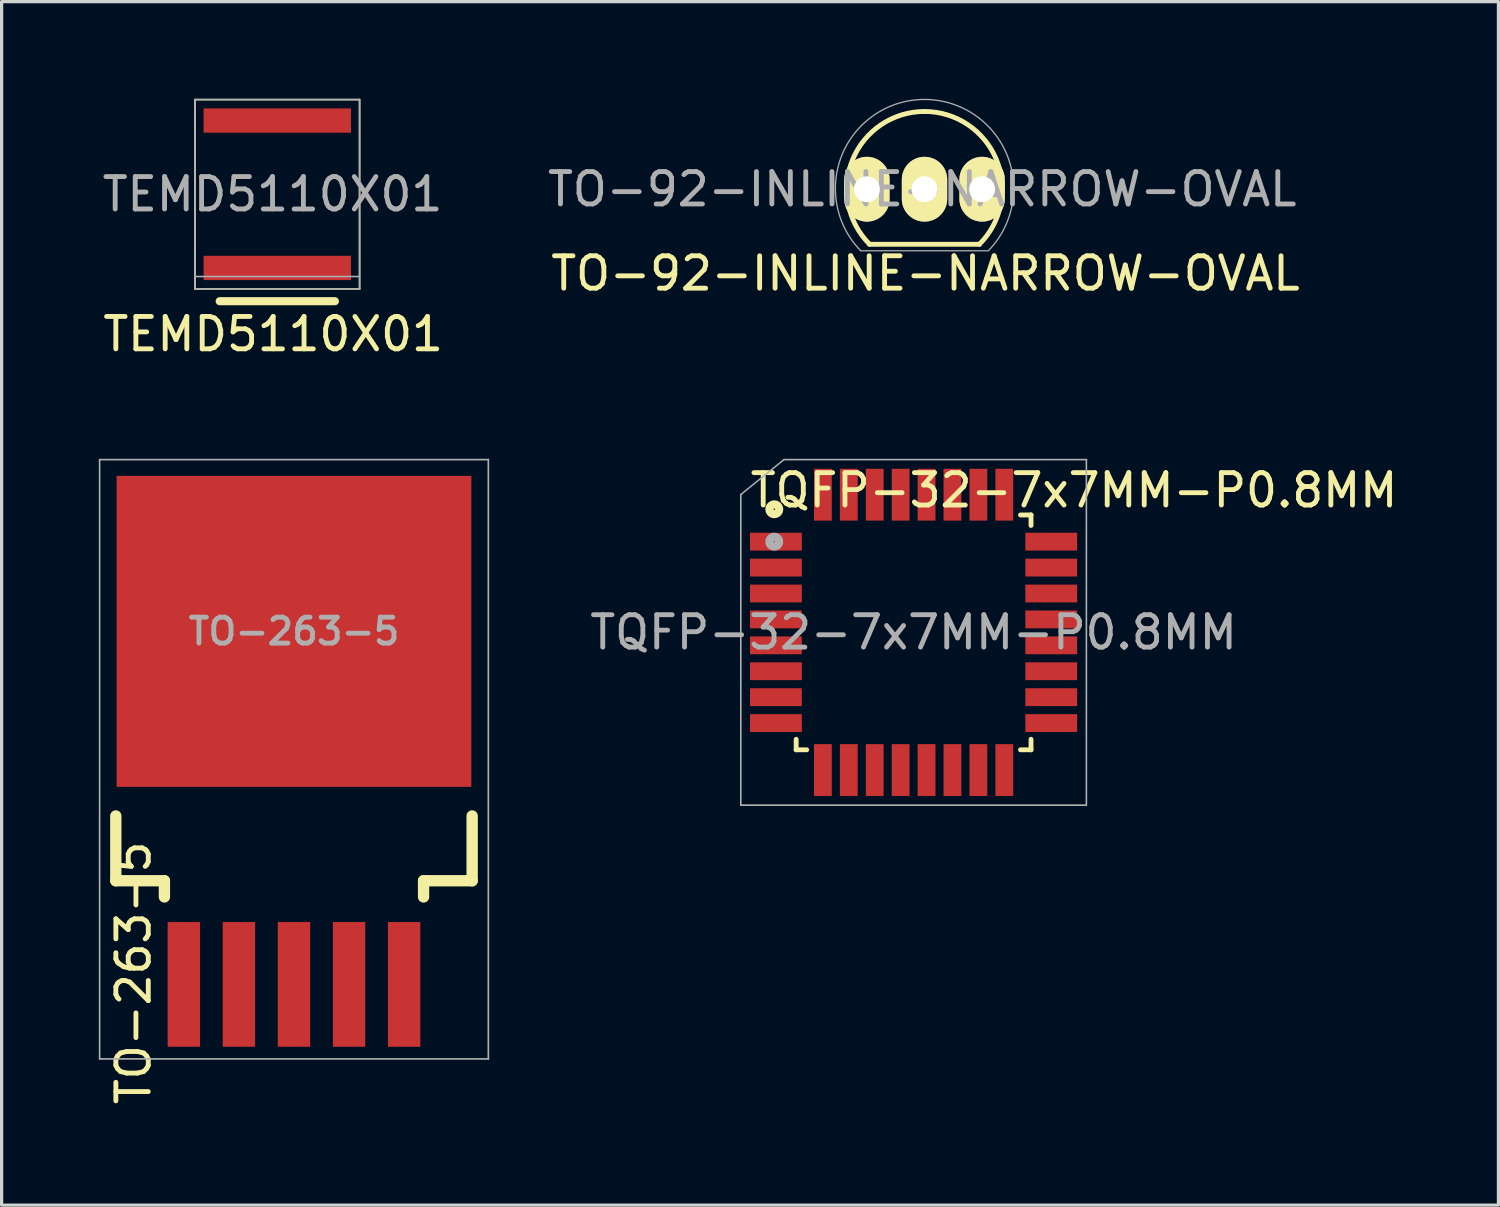
<source format=kicad_pcb>
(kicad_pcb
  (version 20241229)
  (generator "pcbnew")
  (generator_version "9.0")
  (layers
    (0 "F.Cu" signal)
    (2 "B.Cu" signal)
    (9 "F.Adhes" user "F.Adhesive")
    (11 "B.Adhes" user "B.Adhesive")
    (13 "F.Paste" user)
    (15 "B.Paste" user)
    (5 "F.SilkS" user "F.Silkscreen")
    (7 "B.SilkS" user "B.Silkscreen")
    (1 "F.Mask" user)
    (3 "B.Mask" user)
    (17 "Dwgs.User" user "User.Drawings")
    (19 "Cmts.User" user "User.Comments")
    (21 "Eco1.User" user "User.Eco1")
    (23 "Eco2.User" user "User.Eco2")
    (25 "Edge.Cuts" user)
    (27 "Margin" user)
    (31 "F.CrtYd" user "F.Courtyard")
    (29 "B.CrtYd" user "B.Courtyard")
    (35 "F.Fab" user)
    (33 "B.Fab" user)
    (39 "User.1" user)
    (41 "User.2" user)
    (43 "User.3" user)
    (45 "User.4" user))
  (footprint "TO-263-5"
    (layer "F.Cu")
    (at 6.025 16.439)
    (property "Reference" "TO-263-5" (at 0 0 180) (layer "F.Fab") (effects (font (size 0.8 0.8) (thickness 0.15))))
    (attr smd)
    (fp_line (start -5.5 5.699) (end -5.5 7.699) (stroke (width 0.35) (type solid)) (layer "F.SilkS"))
    (fp_line (start -5.5 7.699) (end -4 7.699) (stroke (width 0.35) (type solid)) (layer "F.SilkS"))
    (fp_line (start -4 7.699) (end -4 8.199) (stroke (width 0.35) (type solid)) (layer "F.SilkS"))
    (fp_line (start 4 7.699) (end 4 8.199) (stroke (width 0.35) (type solid)) (layer "F.SilkS"))
    (fp_line (start 5.5 5.699) (end 5.5 7.699) (stroke (width 0.35) (type solid)) (layer "F.SilkS"))
    (fp_line (start 5.5 7.699) (end 4 7.699) (stroke (width 0.35) (type solid)) (layer "F.SilkS"))
    (fp_line (start -6 -5.301) (end 6 -5.301) (stroke (width 0.051) (type solid)) (layer "F.Fab"))
    (fp_line (start -6 13.199) (end -6 -5.301) (stroke (width 0.051) (type solid)) (layer "F.Fab"))
    (fp_line (start 6 -5.301) (end 6 13.199) (stroke (width 0.051) (type solid)) (layer "F.Fab"))
    (fp_line (start 6 13.199) (end -6 13.199) (stroke (width 0.051) (type solid)) (layer "F.Fab"))
    (fp_text user "${REFERENCE}" (at -4.953 10.541 270) (layer "F.SilkS") (effects (font (size 1 1) (thickness 0.15))))
    (pad "" smd rect (at -3 -0.301 270) (size 2.3 2.3) (layers "F.Paste"))
    (pad "" smd rect (at -3 3.199 270) (size 2.3 2.3) (layers "F.Paste"))
    (pad "" smd rect (at 0 -0.301 270) (size 2.3 2.3) (layers "F.Paste"))
    (pad "" smd rect (at 0 3.199) (size 2.3 2.3) (layers "F.Paste"))
    (pad "" smd rect (at 3 -0.301 270) (size 2.3 2.3) (layers "F.Paste"))
    (pad "" smd rect (at 3 3.199 270) (size 2.3 2.3) (layers "F.Paste"))
    (pad "1" smd rect (at -3.4 10.899 270) (size 3.85 1) (layers "F.Cu" "F.Mask" "F.Paste"))
    (pad "2" smd rect (at -1.7 10.899 270) (size 3.85 1) (layers "F.Cu" "F.Mask" "F.Paste"))
    (pad "3" smd rect (at 0 10.899 270) (size 3.85 1) (layers "F.Cu" "F.Mask" "F.Paste"))
    (pad "4" smd rect (at 1.7 10.899 270) (size 3.85 1) (layers "F.Cu" "F.Mask" "F.Paste"))
    (pad "5" smd rect (at 3.4 10.899 270) (size 3.85 1) (layers "F.Cu" "F.Mask" "F.Paste"))
    (pad "6" smd rect (at 0 0 270) (size 9.6 10.95) (layers "F.Cu" "F.Mask")))
  (footprint "TO-92-INLINE-NARROW-OVAL"
    (layer "F.Cu")
    (at 24.219 2.791)
    (property "Reference" "TO-92-INLINE-NARROW-OVAL" (at 1.2 0 180) (layer "F.Fab") (effects (font (size 1 1) (thickness 0.15))))
    (attr through_hole)
    (fp_line (start -0.43 1.7) (end 2.97 1.7) (stroke (width 0.15) (type solid)) (layer "F.SilkS"))
    (fp_arc (start -0.427056 1.697056) (mid -0.947311 -0.91844) (end 1.27 -2.4) (stroke (width 0.15) (type solid)) (layer "F.SilkS"))
    (fp_arc (start 1.27 -2.4) (mid 3.487311 -0.91844) (end 2.967056 1.697056) (stroke (width 0.15) (type solid)) (layer "F.SilkS"))
    (fp_line (start -0.7 1.9) (end 3.2 1.9) (stroke (width 0.041) (type solid)) (layer "F.Fab"))
    (fp_arc (start -0.7 1.9) (mid 1.27687 -2.77103) (end 3.230386 1.909815) (stroke (width 0.04064) (type solid)) (layer "F.Fab"))
    (fp_text user "${REFERENCE}" (at 1.3 2.6 180) (layer "F.SilkS") (effects (font (size 1 1) (thickness 0.15))))
    (pad "1" thru_hole oval (at -0.508 0 180) (size 1.4 2) (drill 0.8) (layers "*.Cu" "*.Mask" "F.SilkS"))
    (pad "2" thru_hole oval (at 1.27 0 180) (size 1.4 2) (drill 0.8) (layers "*.Cu" "*.Mask" "F.SilkS"))
    (pad "3" thru_hole oval (at 3.048 0 180) (size 1.4 2) (drill 0.8) (layers "*.Cu" "*.Mask" "F.SilkS")))
  (footprint "TQFP-32-7x7MM-P0.8MM"
    (layer "F.Cu")
    (at 25.152 16.471)
    (property "Reference" "TQFP-32-7x7MM-P0.8MM" (at 0 0 0) (layer "F.Fab") (effects (font (size 1 1) (thickness 0.15))))
    (attr smd)
    (fp_line (start -3.625 3.625) (end -3.625 3.3) (stroke (width 0.15) (type solid)) (layer "F.SilkS"))
    (fp_line (start -3.625 3.625) (end -3.3 3.625) (stroke (width 0.15) (type solid)) (layer "F.SilkS"))
    (fp_line (start 3.625 -3.625) (end 3.3 -3.625) (stroke (width 0.15) (type solid)) (layer "F.SilkS"))
    (fp_line (start 3.625 -3.625) (end 3.625 -3.3) (stroke (width 0.15) (type solid)) (layer "F.SilkS"))
    (fp_line (start 3.625 3.625) (end 3.3 3.625) (stroke (width 0.15) (type solid)) (layer "F.SilkS"))
    (fp_line (start 3.625 3.625) (end 3.625 3.3) (stroke (width 0.15) (type solid)) (layer "F.SilkS"))
    (fp_circle (center -4.3 -3.8) (end -4.182 -3.709) (stroke (width 0.254) (type solid)) (fill no) (layer "F.SilkS"))
    (fp_line (start -5.334 -4.255) (end -5.334 5.334) (stroke (width 0.05) (type solid)) (layer "F.Fab"))
    (fp_line (start -5.334 -4.255) (end -4 -5.334) (stroke (width 0.046) (type solid)) (layer "F.Fab"))
    (fp_line (start -5.334 5.334) (end 5.334 5.334) (stroke (width 0.05) (type solid)) (layer "F.Fab"))
    (fp_line (start 5.334 -5.334) (end -4 -5.334) (stroke (width 0.05) (type solid)) (layer "F.Fab"))
    (fp_line (start 5.334 5.334) (end 5.334 -5.334) (stroke (width 0.05) (type solid)) (layer "F.Fab"))
    (fp_circle (center -4.3 -2.8) (end -4.182 -2.709) (stroke (width 0.254) (type solid)) (fill no) (layer "F.Fab"))
    (fp_text user "${REFERENCE}" (at 4.953 -4.386 180) (layer "F.SilkS") (effects (font (size 1 1) (thickness 0.15))))
    (pad "1" smd rect (at -4.25 -2.8) (size 1.6 0.55) (layers "F.Cu" "F.Mask" "F.Paste"))
    (pad "2" smd rect (at -4.25 -2) (size 1.6 0.55) (layers "F.Cu" "F.Mask" "F.Paste"))
    (pad "3" smd rect (at -4.25 -1.2) (size 1.6 0.55) (layers "F.Cu" "F.Mask" "F.Paste"))
    (pad "4" smd rect (at -4.25 -0.4) (size 1.6 0.55) (layers "F.Cu" "F.Mask" "F.Paste"))
    (pad "5" smd rect (at -4.25 0.4) (size 1.6 0.55) (layers "F.Cu" "F.Mask" "F.Paste"))
    (pad "6" smd rect (at -4.25 1.2) (size 1.6 0.55) (layers "F.Cu" "F.Mask" "F.Paste"))
    (pad "7" smd rect (at -4.25 2) (size 1.6 0.55) (layers "F.Cu" "F.Mask" "F.Paste"))
    (pad "8" smd rect (at -4.25 2.8) (size 1.6 0.55) (layers "F.Cu" "F.Mask" "F.Paste"))
    (pad "9" smd rect (at -2.8 4.25 90) (size 1.6 0.55) (layers "F.Cu" "F.Mask" "F.Paste"))
    (pad "10" smd rect (at -2 4.25 90) (size 1.6 0.55) (layers "F.Cu" "F.Mask" "F.Paste"))
    (pad "11" smd rect (at -1.2 4.25 90) (size 1.6 0.55) (layers "F.Cu" "F.Mask" "F.Paste"))
    (pad "12" smd rect (at -0.4 4.25 90) (size 1.6 0.55) (layers "F.Cu" "F.Mask" "F.Paste"))
    (pad "13" smd rect (at 0.4 4.25 90) (size 1.6 0.55) (layers "F.Cu" "F.Mask" "F.Paste"))
    (pad "14" smd rect (at 1.2 4.25 90) (size 1.6 0.55) (layers "F.Cu" "F.Mask" "F.Paste"))
    (pad "15" smd rect (at 2 4.25 90) (size 1.6 0.55) (layers "F.Cu" "F.Mask" "F.Paste"))
    (pad "16" smd rect (at 2.8 4.25 90) (size 1.6 0.55) (layers "F.Cu" "F.Mask" "F.Paste"))
    (pad "17" smd rect (at 4.25 2.8) (size 1.6 0.55) (layers "F.Cu" "F.Mask" "F.Paste"))
    (pad "18" smd rect (at 4.25 2) (size 1.6 0.55) (layers "F.Cu" "F.Mask" "F.Paste"))
    (pad "19" smd rect (at 4.25 1.2) (size 1.6 0.55) (layers "F.Cu" "F.Mask" "F.Paste"))
    (pad "20" smd rect (at 4.25 0.4) (size 1.6 0.55) (layers "F.Cu" "F.Mask" "F.Paste"))
    (pad "21" smd rect (at 4.25 -0.4) (size 1.6 0.55) (layers "F.Cu" "F.Mask" "F.Paste"))
    (pad "22" smd rect (at 4.25 -1.2) (size 1.6 0.55) (layers "F.Cu" "F.Mask" "F.Paste"))
    (pad "23" smd rect (at 4.25 -2) (size 1.6 0.55) (layers "F.Cu" "F.Mask" "F.Paste"))
    (pad "24" smd rect (at 4.25 -2.8) (size 1.6 0.55) (layers "F.Cu" "F.Mask" "F.Paste"))
    (pad "25" smd rect (at 2.8 -4.25 90) (size 1.6 0.55) (layers "F.Cu" "F.Mask" "F.Paste"))
    (pad "26" smd rect (at 2 -4.25 90) (size 1.6 0.55) (layers "F.Cu" "F.Mask" "F.Paste"))
    (pad "27" smd rect (at 1.2 -4.25 90) (size 1.6 0.55) (layers "F.Cu" "F.Mask" "F.Paste"))
    (pad "28" smd rect (at 0.4 -4.25 90) (size 1.6 0.55) (layers "F.Cu" "F.Mask" "F.Paste"))
    (pad "29" smd rect (at -0.4 -4.25 90) (size 1.6 0.55) (layers "F.Cu" "F.Mask" "F.Paste"))
    (pad "30" smd rect (at -1.2 -4.25 90) (size 1.6 0.55) (layers "F.Cu" "F.Mask" "F.Paste"))
    (pad "31" smd rect (at -2 -4.25 90) (size 1.6 0.55) (layers "F.Cu" "F.Mask" "F.Paste"))
    (pad "32" smd rect (at -2.8 -4.25 90) (size 1.6 0.55) (layers "F.Cu" "F.Mask" "F.Paste")))
  (footprint "TEMD5110X01"
    (layer "F.Cu")
    (at 5.51 2.946)
    (property "Reference" "TEMD5110X01" (at -0.147 0 0) (layer "F.Fab") (effects (font (size 1 1) (thickness 0.15))))
    (attr through_hole)
    (fp_line (start -2.54 -2.921) (end -2.54 2.921) (stroke (width 0.05) (type solid)) (layer "F.SilkS"))
    (fp_line (start -2.54 2.921) (end 2.54 2.921) (stroke (width 0.05) (type solid)) (layer "F.SilkS"))
    (fp_line (start 1.778 3.302) (end -1.778 3.302) (stroke (width 0.25) (type solid)) (layer "F.SilkS"))
    (fp_line (start 2.54 -2.921) (end -2.54 -2.921) (stroke (width 0.05) (type solid)) (layer "F.SilkS"))
    (fp_line (start 2.54 2.921) (end 2.54 -2.921) (stroke (width 0.05) (type solid)) (layer "F.SilkS"))
    (fp_line (start -2.54 -2.921) (end -2.54 2.921) (stroke (width 0.05) (type solid)) (layer "F.Fab"))
    (fp_line (start -2.54 2.54) (end 2.54 2.54) (stroke (width 0.05) (type solid)) (layer "F.Fab"))
    (fp_line (start -2.54 2.921) (end 2.54 2.921) (stroke (width 0.05) (type solid)) (layer "F.Fab"))
    (fp_line (start 2.54 -2.921) (end -2.54 -2.921) (stroke (width 0.05) (type solid)) (layer "F.Fab"))
    (fp_line (start 2.54 2.921) (end 2.54 -2.921) (stroke (width 0.05) (type solid)) (layer "F.Fab"))
    (fp_text user "${REFERENCE}" (at -0.127 4.318 0) (layer "F.SilkS") (effects (font (size 1 1) (thickness 0.15))))
    (pad "1" smd rect (at 0 2.275) (size 4.55 0.75) (layers "F.Cu" "F.Mask" "F.Paste"))
    (pad "2" smd rect (at 0 -2.275) (size 4.55 0.75) (layers "F.Cu" "F.Mask" "F.Paste")))
  (gr_rect
    (start -3 -3)
    (end 43.206 34.152)
    (stroke (width 0.1) (type default))
    (fill no)
    (layer "Edge.Cuts")))
</source>
